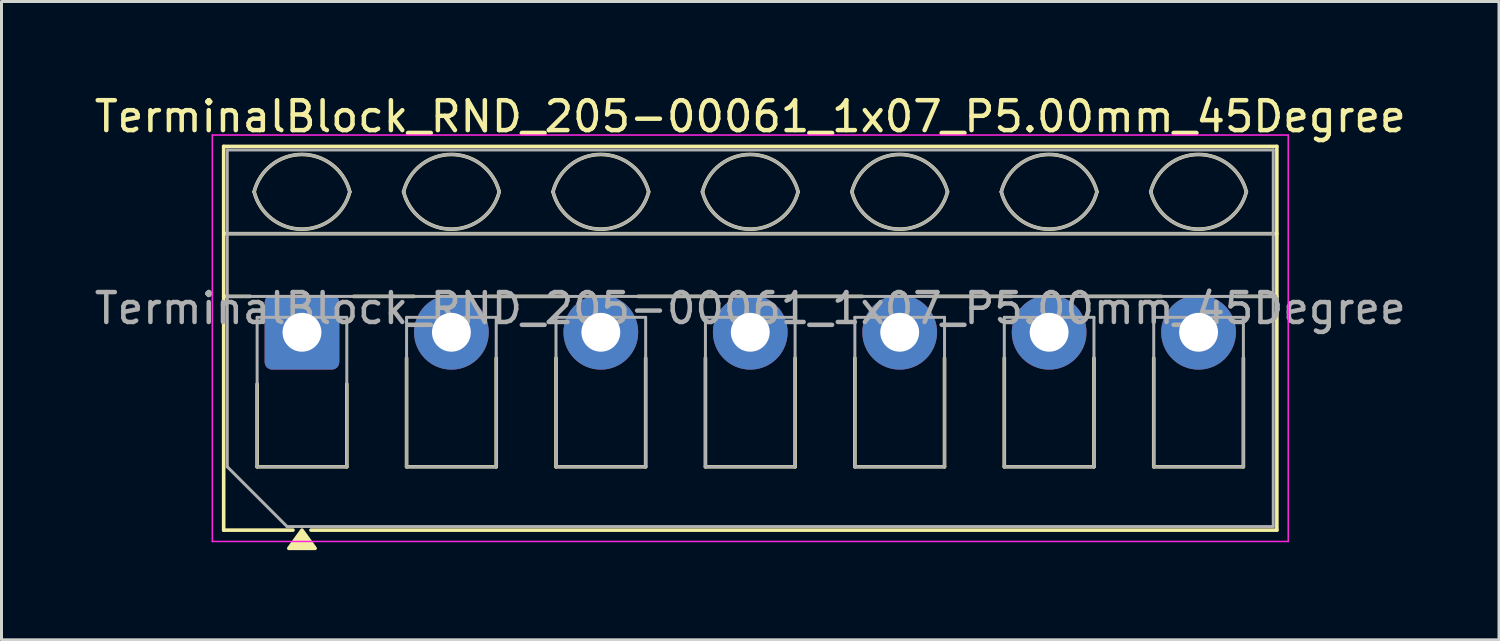
<source format=kicad_pcb>
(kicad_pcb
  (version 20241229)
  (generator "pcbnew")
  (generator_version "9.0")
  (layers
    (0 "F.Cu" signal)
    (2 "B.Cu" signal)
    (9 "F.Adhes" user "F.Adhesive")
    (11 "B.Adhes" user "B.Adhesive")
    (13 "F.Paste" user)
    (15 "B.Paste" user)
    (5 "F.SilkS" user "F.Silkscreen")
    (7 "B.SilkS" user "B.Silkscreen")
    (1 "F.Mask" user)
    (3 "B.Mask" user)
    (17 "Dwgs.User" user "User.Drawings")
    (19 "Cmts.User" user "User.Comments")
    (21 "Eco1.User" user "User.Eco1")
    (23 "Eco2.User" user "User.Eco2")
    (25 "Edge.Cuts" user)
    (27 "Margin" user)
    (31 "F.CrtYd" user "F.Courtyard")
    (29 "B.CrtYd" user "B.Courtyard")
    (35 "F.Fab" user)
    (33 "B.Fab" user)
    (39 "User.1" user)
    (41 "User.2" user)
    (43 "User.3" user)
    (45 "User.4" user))
  (footprint "TerminalBlock_RND_205-00061_1x07_P5.00mm_45Degree"
    (layer "F.Cu")
    (at 7.054 8.068)
    (property "Reference" "TerminalBlock_RND_205-00061_1x07_P5.00mm_45Degree" (at 15 -7.22 0) (layer "F.SilkS") (effects (font (size 1 1) (thickness 0.15))))
    (attr through_hole)
    (fp_line (start -2.62 -6.22) (end 32.62 -6.22) (stroke (width 0.12) (type solid)) (layer "F.SilkS"))
    (fp_line (start -2.62 -3.3) (end 32.62 -3.3) (stroke (width 0.12) (type solid)) (layer "F.SilkS"))
    (fp_line (start -2.62 -1.2) (end -1.73 -1.2) (stroke (width 0.12) (type solid)) (layer "F.SilkS"))
    (fp_line (start -2.62 6.62) (end -2.62 -6.22) (stroke (width 0.12) (type solid)) (layer "F.SilkS"))
    (fp_line (start -1.5 4.5) (end -1.5 1.73) (stroke (width 0.12) (type solid)) (layer "F.SilkS"))
    (fp_line (start -0.3 6.62) (end -2.62 6.62) (stroke (width 0.12) (type solid)) (layer "F.SilkS"))
    (fp_line (start 1.5 1.73) (end 1.5 4.5) (stroke (width 0.12) (type solid)) (layer "F.SilkS"))
    (fp_line (start 1.5 4.5) (end -1.5 4.5) (stroke (width 0.12) (type solid)) (layer "F.SilkS"))
    (fp_line (start 1.73 -1.2) (end 3.754 -1.2) (stroke (width 0.12) (type solid)) (layer "F.SilkS"))
    (fp_line (start 3.5 4.5) (end 3.5 0.862) (stroke (width 0.12) (type solid)) (layer "F.SilkS"))
    (fp_line (start 6.246 -1.2) (end 8.754 -1.2) (stroke (width 0.12) (type solid)) (layer "F.SilkS"))
    (fp_line (start 6.5 0.862) (end 6.5 4.5) (stroke (width 0.12) (type solid)) (layer "F.SilkS"))
    (fp_line (start 6.5 4.5) (end 3.5 4.5) (stroke (width 0.12) (type solid)) (layer "F.SilkS"))
    (fp_line (start 8.5 4.5) (end 8.5 0.862) (stroke (width 0.12) (type solid)) (layer "F.SilkS"))
    (fp_line (start 11.246 -1.2) (end 13.754 -1.2) (stroke (width 0.12) (type solid)) (layer "F.SilkS"))
    (fp_line (start 11.5 0.862) (end 11.5 4.5) (stroke (width 0.12) (type solid)) (layer "F.SilkS"))
    (fp_line (start 11.5 4.5) (end 8.5 4.5) (stroke (width 0.12) (type solid)) (layer "F.SilkS"))
    (fp_line (start 13.5 4.5) (end 13.5 0.862) (stroke (width 0.12) (type solid)) (layer "F.SilkS"))
    (fp_line (start 16.246 -1.2) (end 18.754 -1.2) (stroke (width 0.12) (type solid)) (layer "F.SilkS"))
    (fp_line (start 16.5 0.862) (end 16.5 4.5) (stroke (width 0.12) (type solid)) (layer "F.SilkS"))
    (fp_line (start 16.5 4.5) (end 13.5 4.5) (stroke (width 0.12) (type solid)) (layer "F.SilkS"))
    (fp_line (start 18.5 4.5) (end 18.5 0.862) (stroke (width 0.12) (type solid)) (layer "F.SilkS"))
    (fp_line (start 21.246 -1.2) (end 23.754 -1.2) (stroke (width 0.12) (type solid)) (layer "F.SilkS"))
    (fp_line (start 21.5 0.862) (end 21.5 4.5) (stroke (width 0.12) (type solid)) (layer "F.SilkS"))
    (fp_line (start 21.5 4.5) (end 18.5 4.5) (stroke (width 0.12) (type solid)) (layer "F.SilkS"))
    (fp_line (start 23.5 4.5) (end 23.5 0.862) (stroke (width 0.12) (type solid)) (layer "F.SilkS"))
    (fp_line (start 26.246 -1.2) (end 28.754 -1.2) (stroke (width 0.12) (type solid)) (layer "F.SilkS"))
    (fp_line (start 26.5 0.862) (end 26.5 4.5) (stroke (width 0.12) (type solid)) (layer "F.SilkS"))
    (fp_line (start 26.5 4.5) (end 23.5 4.5) (stroke (width 0.12) (type solid)) (layer "F.SilkS"))
    (fp_line (start 28.5 4.5) (end 28.5 0.862) (stroke (width 0.12) (type solid)) (layer "F.SilkS"))
    (fp_line (start 31.246 -1.2) (end 32.62 -1.2) (stroke (width 0.12) (type solid)) (layer "F.SilkS"))
    (fp_line (start 31.5 0.862) (end 31.5 4.5) (stroke (width 0.12) (type solid)) (layer "F.SilkS"))
    (fp_line (start 31.5 4.5) (end 28.5 4.5) (stroke (width 0.12) (type solid)) (layer "F.SilkS"))
    (fp_line (start 32.62 -6.22) (end 32.62 6.62) (stroke (width 0.12) (type solid)) (layer "F.SilkS"))
    (fp_line (start 32.62 6.62) (end 0.3 6.62) (stroke (width 0.12) (type solid)) (layer "F.SilkS"))
    (fp_arc (start -1.6 -4.7) (mid 0 -5.95) (end 1.6 -4.7) (stroke (width 0.12) (type solid)) (layer "F.SilkS"))
    (fp_arc (start 1.6 -4.7) (mid 0 -3.45) (end -1.6 -4.7) (stroke (width 0.12) (type solid)) (layer "F.SilkS"))
    (fp_arc (start 3.4 -4.7) (mid 5 -5.95) (end 6.6 -4.7) (stroke (width 0.12) (type solid)) (layer "F.SilkS"))
    (fp_arc (start 6.6 -4.7) (mid 5 -3.45) (end 3.4 -4.7) (stroke (width 0.12) (type solid)) (layer "F.SilkS"))
    (fp_arc (start 8.4 -4.7) (mid 10 -5.95) (end 11.6 -4.7) (stroke (width 0.12) (type solid)) (layer "F.SilkS"))
    (fp_arc (start 11.6 -4.7) (mid 10 -3.45) (end 8.4 -4.7) (stroke (width 0.12) (type solid)) (layer "F.SilkS"))
    (fp_arc (start 13.4 -4.7) (mid 15 -5.95) (end 16.6 -4.7) (stroke (width 0.12) (type solid)) (layer "F.SilkS"))
    (fp_arc (start 16.6 -4.7) (mid 15 -3.45) (end 13.4 -4.7) (stroke (width 0.12) (type solid)) (layer "F.SilkS"))
    (fp_arc (start 18.4 -4.7) (mid 20 -5.95) (end 21.6 -4.7) (stroke (width 0.12) (type solid)) (layer "F.SilkS"))
    (fp_arc (start 21.6 -4.7) (mid 20 -3.45) (end 18.4 -4.7) (stroke (width 0.12) (type solid)) (layer "F.SilkS"))
    (fp_arc (start 23.4 -4.7) (mid 25 -5.95) (end 26.6 -4.7) (stroke (width 0.12) (type solid)) (layer "F.SilkS"))
    (fp_arc (start 26.6 -4.7) (mid 25 -3.45) (end 23.4 -4.7) (stroke (width 0.12) (type solid)) (layer "F.SilkS"))
    (fp_arc (start 28.4 -4.7) (mid 30 -5.95) (end 31.6 -4.7) (stroke (width 0.12) (type solid)) (layer "F.SilkS"))
    (fp_arc (start 31.6 -4.7) (mid 30 -3.45) (end 28.4 -4.7) (stroke (width 0.12) (type solid)) (layer "F.SilkS"))
    (fp_poly (pts (xy 0 6.62) (xy 0.44 7.23) (xy -0.44 7.23)) (stroke (width 0.12) (type solid)) (fill yes) (layer "F.SilkS"))
    (fp_line (start -3 -6.6) (end -3 7) (stroke (width 0.05) (type solid)) (layer "F.CrtYd"))
    (fp_line (start -3 7) (end 33 7) (stroke (width 0.05) (type solid)) (layer "F.CrtYd"))
    (fp_line (start 33 -6.6) (end -3 -6.6) (stroke (width 0.05) (type solid)) (layer "F.CrtYd"))
    (fp_line (start 33 7) (end 33 -6.6) (stroke (width 0.05) (type solid)) (layer "F.CrtYd"))
    (fp_line (start -2.5 -6.1) (end 32.5 -6.1) (stroke (width 0.1) (type solid)) (layer "F.Fab"))
    (fp_line (start -2.5 -3.3) (end 32.5 -3.3) (stroke (width 0.1) (type solid)) (layer "F.Fab"))
    (fp_line (start -2.5 -1.2) (end 32.5 -1.2) (stroke (width 0.1) (type solid)) (layer "F.Fab"))
    (fp_line (start -2.5 4.5) (end -2.5 -6.1) (stroke (width 0.1) (type solid)) (layer "F.Fab"))
    (fp_line (start -1.5 -0.5) (end -1.5 4.5) (stroke (width 0.1) (type solid)) (layer "F.Fab"))
    (fp_line (start -1.5 4.5) (end 1.5 4.5) (stroke (width 0.1) (type solid)) (layer "F.Fab"))
    (fp_line (start -0.5 6.5) (end -2.5 4.5) (stroke (width 0.1) (type solid)) (layer "F.Fab"))
    (fp_line (start 1.5 -0.5) (end -1.5 -0.5) (stroke (width 0.1) (type solid)) (layer "F.Fab"))
    (fp_line (start 1.5 4.5) (end 1.5 -0.5) (stroke (width 0.1) (type solid)) (layer "F.Fab"))
    (fp_line (start 3.5 -0.5) (end 3.5 4.5) (stroke (width 0.1) (type solid)) (layer "F.Fab"))
    (fp_line (start 3.5 4.5) (end 6.5 4.5) (stroke (width 0.1) (type solid)) (layer "F.Fab"))
    (fp_line (start 6.5 -0.5) (end 3.5 -0.5) (stroke (width 0.1) (type solid)) (layer "F.Fab"))
    (fp_line (start 6.5 4.5) (end 6.5 -0.5) (stroke (width 0.1) (type solid)) (layer "F.Fab"))
    (fp_line (start 8.5 -0.5) (end 8.5 4.5) (stroke (width 0.1) (type solid)) (layer "F.Fab"))
    (fp_line (start 8.5 4.5) (end 11.5 4.5) (stroke (width 0.1) (type solid)) (layer "F.Fab"))
    (fp_line (start 11.5 -0.5) (end 8.5 -0.5) (stroke (width 0.1) (type solid)) (layer "F.Fab"))
    (fp_line (start 11.5 4.5) (end 11.5 -0.5) (stroke (width 0.1) (type solid)) (layer "F.Fab"))
    (fp_line (start 13.5 -0.5) (end 13.5 4.5) (stroke (width 0.1) (type solid)) (layer "F.Fab"))
    (fp_line (start 13.5 4.5) (end 16.5 4.5) (stroke (width 0.1) (type solid)) (layer "F.Fab"))
    (fp_line (start 16.5 -0.5) (end 13.5 -0.5) (stroke (width 0.1) (type solid)) (layer "F.Fab"))
    (fp_line (start 16.5 4.5) (end 16.5 -0.5) (stroke (width 0.1) (type solid)) (layer "F.Fab"))
    (fp_line (start 18.5 -0.5) (end 18.5 4.5) (stroke (width 0.1) (type solid)) (layer "F.Fab"))
    (fp_line (start 18.5 4.5) (end 21.5 4.5) (stroke (width 0.1) (type solid)) (layer "F.Fab"))
    (fp_line (start 21.5 -0.5) (end 18.5 -0.5) (stroke (width 0.1) (type solid)) (layer "F.Fab"))
    (fp_line (start 21.5 4.5) (end 21.5 -0.5) (stroke (width 0.1) (type solid)) (layer "F.Fab"))
    (fp_line (start 23.5 -0.5) (end 23.5 4.5) (stroke (width 0.1) (type solid)) (layer "F.Fab"))
    (fp_line (start 23.5 4.5) (end 26.5 4.5) (stroke (width 0.1) (type solid)) (layer "F.Fab"))
    (fp_line (start 26.5 -0.5) (end 23.5 -0.5) (stroke (width 0.1) (type solid)) (layer "F.Fab"))
    (fp_line (start 26.5 4.5) (end 26.5 -0.5) (stroke (width 0.1) (type solid)) (layer "F.Fab"))
    (fp_line (start 28.5 -0.5) (end 28.5 4.5) (stroke (width 0.1) (type solid)) (layer "F.Fab"))
    (fp_line (start 28.5 4.5) (end 31.5 4.5) (stroke (width 0.1) (type solid)) (layer "F.Fab"))
    (fp_line (start 31.5 -0.5) (end 28.5 -0.5) (stroke (width 0.1) (type solid)) (layer "F.Fab"))
    (fp_line (start 31.5 4.5) (end 31.5 -0.5) (stroke (width 0.1) (type solid)) (layer "F.Fab"))
    (fp_line (start 32.5 -6.1) (end 32.5 6.5) (stroke (width 0.1) (type solid)) (layer "F.Fab"))
    (fp_line (start 32.5 6.5) (end -0.5 6.5) (stroke (width 0.1) (type solid)) (layer "F.Fab"))
    (fp_arc (start -1.6 -4.7) (mid 0 -5.95) (end 1.6 -4.7) (stroke (width 0.1) (type solid)) (layer "F.Fab"))
    (fp_arc (start 1.6 -4.7) (mid 0 -3.45) (end -1.6 -4.7) (stroke (width 0.1) (type solid)) (layer "F.Fab"))
    (fp_arc (start 3.4 -4.7) (mid 5 -5.95) (end 6.6 -4.7) (stroke (width 0.1) (type solid)) (layer "F.Fab"))
    (fp_arc (start 6.6 -4.7) (mid 5 -3.45) (end 3.4 -4.7) (stroke (width 0.1) (type solid)) (layer "F.Fab"))
    (fp_arc (start 8.4 -4.7) (mid 10 -5.95) (end 11.6 -4.7) (stroke (width 0.1) (type solid)) (layer "F.Fab"))
    (fp_arc (start 11.6 -4.7) (mid 10 -3.45) (end 8.4 -4.7) (stroke (width 0.1) (type solid)) (layer "F.Fab"))
    (fp_arc (start 13.4 -4.7) (mid 15 -5.95) (end 16.6 -4.7) (stroke (width 0.1) (type solid)) (layer "F.Fab"))
    (fp_arc (start 16.6 -4.7) (mid 15 -3.45) (end 13.4 -4.7) (stroke (width 0.1) (type solid)) (layer "F.Fab"))
    (fp_arc (start 18.4 -4.7) (mid 20 -5.95) (end 21.6 -4.7) (stroke (width 0.1) (type solid)) (layer "F.Fab"))
    (fp_arc (start 21.6 -4.7) (mid 20 -3.45) (end 18.4 -4.7) (stroke (width 0.1) (type solid)) (layer "F.Fab"))
    (fp_arc (start 23.4 -4.7) (mid 25 -5.95) (end 26.6 -4.7) (stroke (width 0.1) (type solid)) (layer "F.Fab"))
    (fp_arc (start 26.6 -4.7) (mid 25 -3.45) (end 23.4 -4.7) (stroke (width 0.1) (type solid)) (layer "F.Fab"))
    (fp_arc (start 28.4 -4.7) (mid 30 -5.95) (end 31.6 -4.7) (stroke (width 0.1) (type solid)) (layer "F.Fab"))
    (fp_arc (start 31.6 -4.7) (mid 30 -3.45) (end 28.4 -4.7) (stroke (width 0.1) (type solid)) (layer "F.Fab"))
    (fp_text user "${REFERENCE}" (at 15 -0.8 0) (layer "F.Fab") (effects (font (size 1 1) (thickness 0.15))))
    (pad "1" thru_hole roundrect (at 0 0) (size 2.5 2.5) (drill 1.3) (layers "*.Cu" "*.Mask") (roundrect_rratio 0.1))
    (pad "2" thru_hole circle (at 5 0) (size 2.5 2.5) (drill 1.3) (layers "*.Cu" "*.Mask"))
    (pad "3" thru_hole circle (at 10 0) (size 2.5 2.5) (drill 1.3) (layers "*.Cu" "*.Mask"))
    (pad "4" thru_hole circle (at 15 0) (size 2.5 2.5) (drill 1.3) (layers "*.Cu" "*.Mask"))
    (pad "5" thru_hole circle (at 20 0) (size 2.5 2.5) (drill 1.3) (layers "*.Cu" "*.Mask"))
    (pad "6" thru_hole circle (at 25 0) (size 2.5 2.5) (drill 1.3) (layers "*.Cu" "*.Mask"))
    (pad "7" thru_hole circle (at 30 0) (size 2.5 2.5) (drill 1.3) (layers "*.Cu" "*.Mask")))
  (gr_rect
    (start -3 -3)
    (end 47.107 18.358)
    (stroke (width 0.1) (type default))
    (fill no)
    (layer "Edge.Cuts")))
</source>
